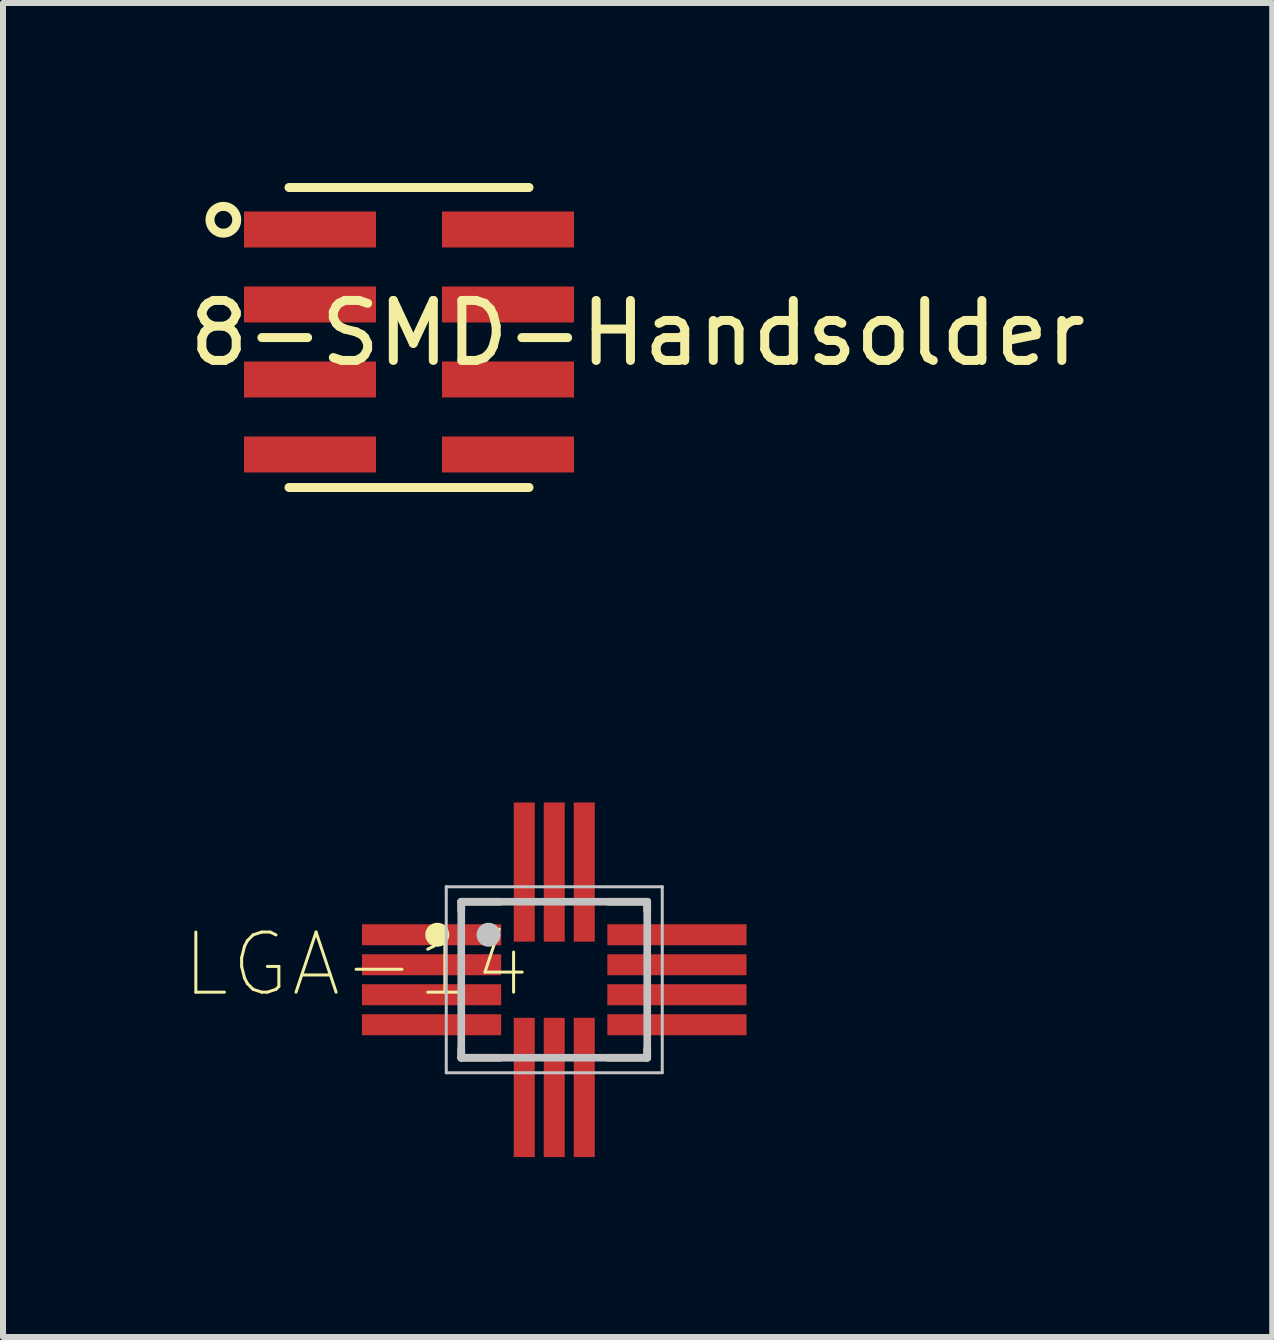
<source format=kicad_pcb>
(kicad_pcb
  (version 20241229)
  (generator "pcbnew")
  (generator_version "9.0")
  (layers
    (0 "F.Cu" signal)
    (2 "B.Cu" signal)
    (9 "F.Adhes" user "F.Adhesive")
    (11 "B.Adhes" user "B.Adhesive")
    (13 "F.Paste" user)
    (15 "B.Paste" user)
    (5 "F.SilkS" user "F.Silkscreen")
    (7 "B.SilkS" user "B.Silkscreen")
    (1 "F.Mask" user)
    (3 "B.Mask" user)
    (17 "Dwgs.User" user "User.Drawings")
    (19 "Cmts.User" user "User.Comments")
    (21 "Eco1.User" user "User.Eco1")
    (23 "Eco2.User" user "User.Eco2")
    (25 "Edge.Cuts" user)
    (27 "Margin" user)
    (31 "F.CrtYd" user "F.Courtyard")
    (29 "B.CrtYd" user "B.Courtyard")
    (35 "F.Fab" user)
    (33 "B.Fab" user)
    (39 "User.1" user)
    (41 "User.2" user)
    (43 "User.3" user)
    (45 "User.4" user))
  (footprint "8-SMD-Handsolder"
    (layer "F.Cu")
    (at 3.767 7.075)
    (property "Reference" "8-SMD-Handsolder" (at 3.81 -4.572 0) (layer "F.SilkS") (effects (font (size 1 1) (thickness 0.15))))
    (attr through_hole)
    (fp_line (start -2 -2) (end 2 -2) (stroke (width 0.15) (type solid)) (layer "F.SilkS"))
    (fp_line (start 2 -7) (end -2 -7) (stroke (width 0.15) (type solid)) (layer "F.SilkS"))
    (fp_circle (center -3.094 -6.462) (end -3.194 -6.662) (stroke (width 0.15) (type solid)) (fill no) (layer "F.SilkS"))
    (pad "1" smd rect (at -1.65 -6.3) (size 2.2 0.6) (layers "F.Cu" "F.Mask" "F.Paste"))
    (pad "2" smd rect (at -1.65 -5.05) (size 2.2 0.6) (layers "F.Cu" "F.Mask" "F.Paste"))
    (pad "3" smd rect (at -1.65 -3.8) (size 2.2 0.6) (layers "F.Cu" "F.Mask" "F.Paste"))
    (pad "4" smd rect (at -1.65 -2.55) (size 2.2 0.6) (layers "F.Cu" "F.Mask" "F.Paste"))
    (pad "5" smd rect (at 1.65 -2.55) (size 2.2 0.6) (layers "F.Cu" "F.Mask" "F.Paste"))
    (pad "6" smd rect (at 1.65 -3.8) (size 2.2 0.6) (layers "F.Cu" "F.Mask" "F.Paste"))
    (pad "7" smd rect (at 1.65 -5.05) (size 2.2 0.6) (layers "F.Cu" "F.Mask" "F.Paste"))
    (pad "8" smd rect (at 1.65 -6.3) (size 2.2 0.6) (layers "F.Cu" "F.Mask" "F.Paste")))
  (footprint "LGA-14"
    (layer "F.Cu")
    (at 6.188 13.28)
    (property "Reference" "LGA-14" (at -3.302 -0.254 0) (layer "F.SilkS") (effects (font (size 1.002 1.002) (thickness 0.05))))
    (attr smd)
    (fp_line (start -1.55 -1.3) (end -1.55 -1.15) (stroke (width 0.127) (type solid)) (layer "F.SilkS"))
    (fp_line (start -1.55 1.15) (end -1.55 1.3) (stroke (width 0.127) (type solid)) (layer "F.SilkS"))
    (fp_line (start -1.55 1.3) (end -0.9 1.3) (stroke (width 0.127) (type solid)) (layer "F.SilkS"))
    (fp_line (start -0.9 -1.3) (end -1.55 -1.3) (stroke (width 0.127) (type solid)) (layer "F.SilkS"))
    (fp_line (start 0.9 -1.3) (end 1.55 -1.3) (stroke (width 0.127) (type solid)) (layer "F.SilkS"))
    (fp_line (start 1.55 -1.3) (end 1.55 -1.15) (stroke (width 0.127) (type solid)) (layer "F.SilkS"))
    (fp_line (start 1.55 1.15) (end 1.55 1.3) (stroke (width 0.127) (type solid)) (layer "F.SilkS"))
    (fp_line (start 1.55 1.3) (end 0.9 1.3) (stroke (width 0.127) (type solid)) (layer "F.SilkS"))
    (fp_circle (center -1.95 -0.75) (end -1.85 -0.75) (stroke (width 0.2) (type solid)) (fill no) (layer "F.SilkS"))
    (fp_line (start -1.8 -1.55) (end 1.8 -1.55) (stroke (width 0.05) (type solid)) (layer "Dwgs.User"))
    (fp_line (start -1.8 1.55) (end -1.8 -1.55) (stroke (width 0.05) (type solid)) (layer "Dwgs.User"))
    (fp_line (start -1.55 -1.3) (end 1.55 -1.3) (stroke (width 0.127) (type solid)) (layer "Dwgs.User"))
    (fp_line (start -1.55 1.3) (end -1.55 -1.3) (stroke (width 0.127) (type solid)) (layer "Dwgs.User"))
    (fp_line (start 1.55 -1.3) (end 1.55 1.3) (stroke (width 0.127) (type solid)) (layer "Dwgs.User"))
    (fp_line (start 1.55 1.3) (end -1.55 1.3) (stroke (width 0.127) (type solid)) (layer "Dwgs.User"))
    (fp_line (start 1.8 -1.55) (end 1.8 1.55) (stroke (width 0.05) (type solid)) (layer "Dwgs.User"))
    (fp_line (start 1.8 1.55) (end -1.8 1.55) (stroke (width 0.05) (type solid)) (layer "Dwgs.User"))
    (fp_circle (center -1.095 -0.75) (end -0.995 -0.75) (stroke (width 0.2) (type solid)) (fill no) (layer "Dwgs.User"))
    (pad "1" smd rect (at -2.045 -0.75 180) (size 2.32 0.35) (layers "F.Cu" "F.Mask" "F.Paste"))
    (pad "2" smd rect (at -2.045 -0.25 180) (size 2.32 0.35) (layers "F.Cu" "F.Mask" "F.Paste"))
    (pad "3" smd rect (at -2.045 0.25 180) (size 2.32 0.35) (layers "F.Cu" "F.Mask" "F.Paste"))
    (pad "4" smd rect (at -2.045 0.75 180) (size 2.32 0.35) (layers "F.Cu" "F.Mask" "F.Paste"))
    (pad "5" smd rect (at -0.5 1.795 90) (size 2.32 0.35) (layers "F.Cu" "F.Mask" "F.Paste"))
    (pad "6" smd rect (at 0 1.795 90) (size 2.32 0.35) (layers "F.Cu" "F.Mask" "F.Paste"))
    (pad "7" smd rect (at 0.5 1.795 90) (size 2.32 0.35) (layers "F.Cu" "F.Mask" "F.Paste"))
    (pad "8" smd rect (at 2.045 0.75 180) (size 2.32 0.35) (layers "F.Cu" "F.Mask" "F.Paste"))
    (pad "9" smd rect (at 2.045 0.25 180) (size 2.32 0.35) (layers "F.Cu" "F.Mask" "F.Paste"))
    (pad "10" smd rect (at 2.045 -0.25 180) (size 2.32 0.35) (layers "F.Cu" "F.Mask" "F.Paste"))
    (pad "11" smd rect (at 2.045 -0.75 180) (size 2.32 0.35) (layers "F.Cu" "F.Mask" "F.Paste"))
    (pad "12" smd rect (at 0.5 -1.795 90) (size 2.32 0.35) (layers "F.Cu" "F.Mask" "F.Paste"))
    (pad "13" smd rect (at 0 -1.795 90) (size 2.32 0.35) (layers "F.Cu" "F.Mask" "F.Paste"))
    (pad "14" smd rect (at -0.5 -1.795 90) (size 2.32 0.35) (layers "F.Cu" "F.Mask" "F.Paste")))
  (gr_rect
    (start -3 -3)
    (end 18.155 19.235)
    (stroke (width 0.1) (type default))
    (fill no)
    (layer "Edge.Cuts")))
</source>
